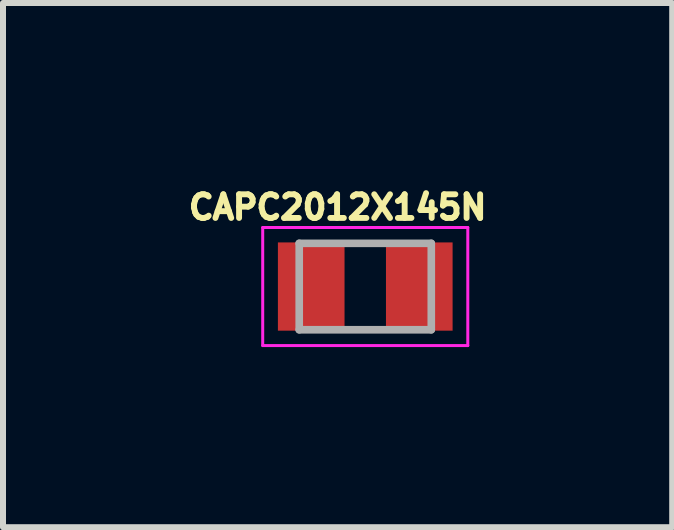
<source format=kicad_pcb>
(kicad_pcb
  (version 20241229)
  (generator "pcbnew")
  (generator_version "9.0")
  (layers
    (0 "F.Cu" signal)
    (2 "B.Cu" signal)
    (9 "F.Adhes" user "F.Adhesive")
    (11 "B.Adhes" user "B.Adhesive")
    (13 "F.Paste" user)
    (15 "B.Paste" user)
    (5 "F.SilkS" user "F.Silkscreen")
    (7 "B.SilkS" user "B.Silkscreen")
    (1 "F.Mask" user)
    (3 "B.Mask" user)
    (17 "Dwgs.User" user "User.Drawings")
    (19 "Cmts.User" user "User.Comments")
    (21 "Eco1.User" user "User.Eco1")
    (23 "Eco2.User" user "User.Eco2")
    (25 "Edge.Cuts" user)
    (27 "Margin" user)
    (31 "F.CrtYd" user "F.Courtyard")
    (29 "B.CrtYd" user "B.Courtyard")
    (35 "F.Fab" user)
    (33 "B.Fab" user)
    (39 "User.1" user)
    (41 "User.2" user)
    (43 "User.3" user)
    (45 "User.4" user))
  (footprint "CAPC2012X145N"
    (layer "F.Cu")
    (at 3.034 1.723)
    (property "Reference" "CAPC2012X145N" (at -0.46 -1.32 0) (layer "F.SilkS") (effects (font (size 0.394 0.394) (thickness 0.15))))
    (attr smd)
    (fp_line (start -1.708 -0.983) (end 1.708 -0.983) (stroke (width 0.05) (type solid)) (layer "F.CrtYd"))
    (fp_line (start -1.708 0.983) (end -1.708 -0.983) (stroke (width 0.05) (type solid)) (layer "F.CrtYd"))
    (fp_line (start -1.708 0.983) (end 1.708 0.983) (stroke (width 0.05) (type solid)) (layer "F.CrtYd"))
    (fp_line (start 1.708 0.983) (end 1.708 -0.983) (stroke (width 0.05) (type solid)) (layer "F.CrtYd"))
    (fp_line (start -1.1 0.72) (end -1.1 -0.72) (stroke (width 0.127) (type solid)) (layer "F.Fab"))
    (fp_line (start 1.1 -0.72) (end -1.1 -0.72) (stroke (width 0.127) (type solid)) (layer "F.Fab"))
    (fp_line (start 1.1 0.72) (end -1.1 0.72) (stroke (width 0.127) (type solid)) (layer "F.Fab"))
    (fp_line (start 1.1 0.72) (end 1.1 -0.72) (stroke (width 0.127) (type solid)) (layer "F.Fab"))
    (pad "1" smd rect (at -0.9 0) (size 1.11 1.47) (layers "F.Cu" "F.Mask" "F.Paste"))
    (pad "2" smd rect (at 0.9 0) (size 1.11 1.47) (layers "F.Cu" "F.Mask" "F.Paste")))
  (gr_rect
    (start -3 -3)
    (end 8.147 5.731)
    (stroke (width 0.1) (type default))
    (fill no)
    (layer "Edge.Cuts")))
</source>
